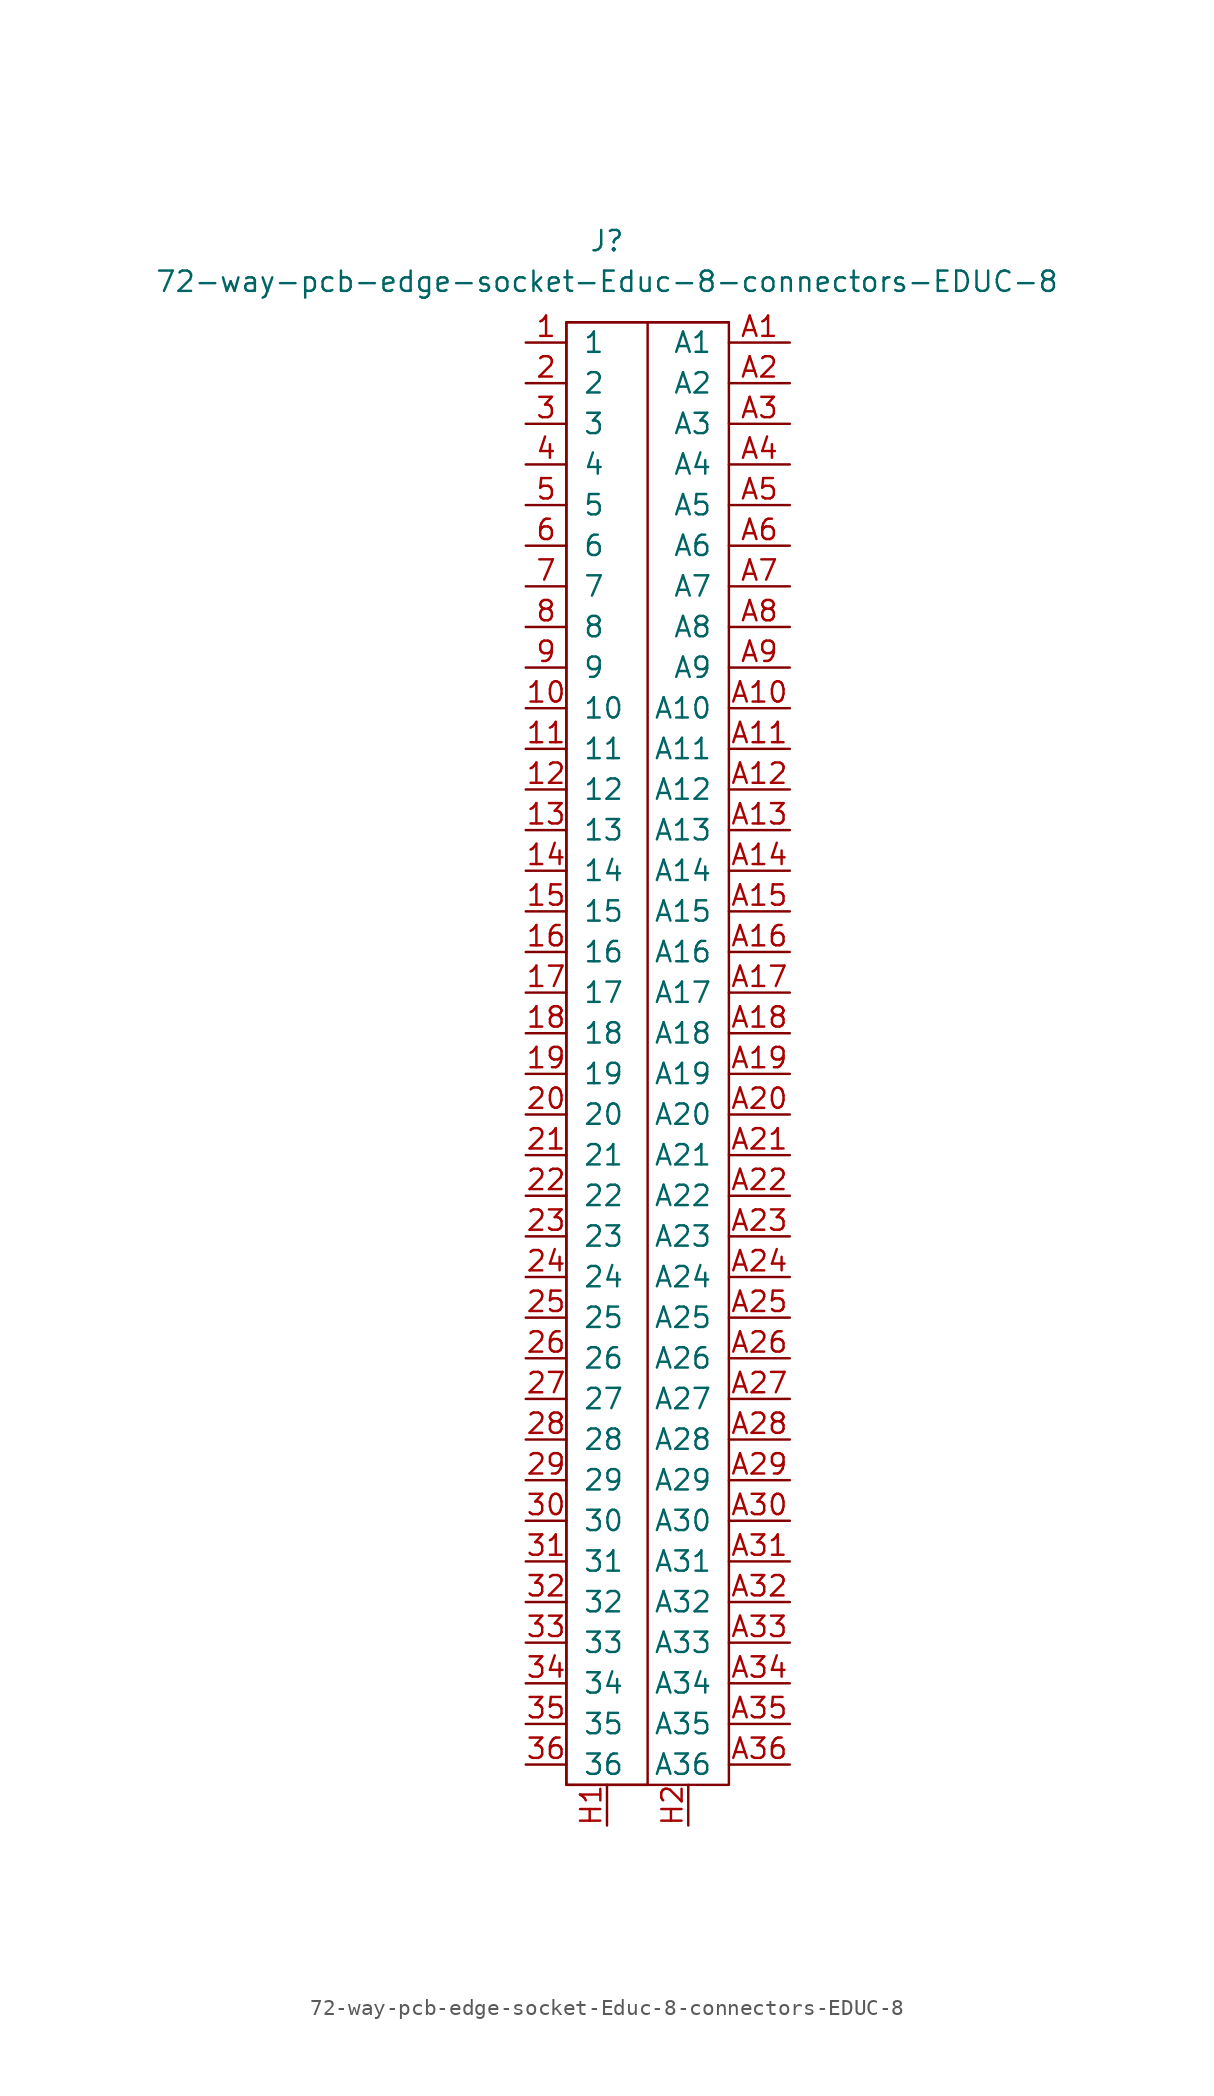
<source format=kicad_sym>
(kicad_symbol_lib
  (version 20211014)
  (generator kicad_symbol_editor)
  (symbol "72-way-pcb-edge-socket-Educ-8-connectors-EDUC-8"
    (pin_names
      (offset 1.016))
    (property "Reference" "J"
      (at 2.54 50.8 0)
      (effects (font (size 1.27 1.27))))
    (property "Value" "72-way-pcb-edge-socket-Educ-8-connectors-EDUC-8"
      (at 2.54 48.26 0)
      (effects (font (size 1.27 1.27))))
    (symbol "72-way-pcb-edge-socket-Educ-8-connectors-EDUC-8_0_1"
      (rectangle (start 0 45.72) (end 5.08 -45.72) (stroke (width 0) (type default) (color 0 0 0 0)) (fill (type none)))
      (rectangle (start 5.08 45.72) (end 10.16 45.72) (stroke (width 0) (type default) (color 0 0 0 0)) (fill (type none)))
      (rectangle (start 10.16 45.72) (end 0 -45.72) (stroke (width 0) (type default) (color 0 0 0 0)) (fill (type none))))
    (symbol "72-way-pcb-edge-socket-Educ-8-connectors-EDUC-8_1_1"
      (pin input line (at -2.54 44.45 0) (length 2.54) (name "1" (effects (font (size 1.27 1.27)))) (number "1" (effects (font (size 1.27 1.27)))))
      (pin input line (at -2.54 21.59 0) (length 2.54) (name "10" (effects (font (size 1.27 1.27)))) (number "10" (effects (font (size 1.27 1.27)))))
      (pin input line (at -2.54 19.05 0) (length 2.54) (name "11" (effects (font (size 1.27 1.27)))) (number "11" (effects (font (size 1.27 1.27)))))
      (pin input line (at -2.54 16.51 0) (length 2.54) (name "12" (effects (font (size 1.27 1.27)))) (number "12" (effects (font (size 1.27 1.27)))))
      (pin input line (at -2.54 13.97 0) (length 2.54) (name "13" (effects (font (size 1.27 1.27)))) (number "13" (effects (font (size 1.27 1.27)))))
      (pin input line (at -2.54 11.43 0) (length 2.54) (name "14" (effects (font (size 1.27 1.27)))) (number "14" (effects (font (size 1.27 1.27)))))
      (pin input line (at -2.54 8.89 0) (length 2.54) (name "15" (effects (font (size 1.27 1.27)))) (number "15" (effects (font (size 1.27 1.27)))))
      (pin input line (at -2.54 6.35 0) (length 2.54) (name "16" (effects (font (size 1.27 1.27)))) (number "16" (effects (font (size 1.27 1.27)))))
      (pin input line (at -2.54 3.81 0) (length 2.54) (name "17" (effects (font (size 1.27 1.27)))) (number "17" (effects (font (size 1.27 1.27)))))
      (pin input line (at -2.54 1.27 0) (length 2.54) (name "18" (effects (font (size 1.27 1.27)))) (number "18" (effects (font (size 1.27 1.27)))))
      (pin input line (at -2.54 -1.27 0) (length 2.54) (name "19" (effects (font (size 1.27 1.27)))) (number "19" (effects (font (size 1.27 1.27)))))
      (pin input line (at -2.54 41.91 0) (length 2.54) (name "2" (effects (font (size 1.27 1.27)))) (number "2" (effects (font (size 1.27 1.27)))))
      (pin input line (at -2.54 -3.81 0) (length 2.54) (name "20" (effects (font (size 1.27 1.27)))) (number "20" (effects (font (size 1.27 1.27)))))
      (pin input line (at -2.54 -6.35 0) (length 2.54) (name "21" (effects (font (size 1.27 1.27)))) (number "21" (effects (font (size 1.27 1.27)))))
      (pin input line (at -2.54 -8.89 0) (length 2.54) (name "22" (effects (font (size 1.27 1.27)))) (number "22" (effects (font (size 1.27 1.27)))))
      (pin input line (at -2.54 -11.43 0) (length 2.54) (name "23" (effects (font (size 1.27 1.27)))) (number "23" (effects (font (size 1.27 1.27)))))
      (pin input line (at -2.54 -13.97 0) (length 2.54) (name "24" (effects (font (size 1.27 1.27)))) (number "24" (effects (font (size 1.27 1.27)))))
      (pin input line (at -2.54 -16.51 0) (length 2.54) (name "25" (effects (font (size 1.27 1.27)))) (number "25" (effects (font (size 1.27 1.27)))))
      (pin input line (at -2.54 -19.05 0) (length 2.54) (name "26" (effects (font (size 1.27 1.27)))) (number "26" (effects (font (size 1.27 1.27)))))
      (pin input line (at -2.54 -21.59 0) (length 2.54) (name "27" (effects (font (size 1.27 1.27)))) (number "27" (effects (font (size 1.27 1.27)))))
      (pin input line (at -2.54 -24.13 0) (length 2.54) (name "28" (effects (font (size 1.27 1.27)))) (number "28" (effects (font (size 1.27 1.27)))))
      (pin input line (at -2.54 -26.67 0) (length 2.54) (name "29" (effects (font (size 1.27 1.27)))) (number "29" (effects (font (size 1.27 1.27)))))
      (pin input line (at -2.54 39.37 0) (length 2.54) (name "3" (effects (font (size 1.27 1.27)))) (number "3" (effects (font (size 1.27 1.27)))))
      (pin input line (at -2.54 -29.21 0) (length 2.54) (name "30" (effects (font (size 1.27 1.27)))) (number "30" (effects (font (size 1.27 1.27)))))
      (pin input line (at -2.54 -31.75 0) (length 2.54) (name "31" (effects (font (size 1.27 1.27)))) (number "31" (effects (font (size 1.27 1.27)))))
      (pin input line (at -2.54 -34.29 0) (length 2.54) (name "32" (effects (font (size 1.27 1.27)))) (number "32" (effects (font (size 1.27 1.27)))))
      (pin input line (at -2.54 -36.83 0) (length 2.54) (name "33" (effects (font (size 1.27 1.27)))) (number "33" (effects (font (size 1.27 1.27)))))
      (pin input line (at -2.54 -39.37 0) (length 2.54) (name "34" (effects (font (size 1.27 1.27)))) (number "34" (effects (font (size 1.27 1.27)))))
      (pin input line (at -2.54 -41.91 0) (length 2.54) (name "35" (effects (font (size 1.27 1.27)))) (number "35" (effects (font (size 1.27 1.27)))))
      (pin input line (at -2.54 -44.45 0) (length 2.54) (name "36" (effects (font (size 1.27 1.27)))) (number "36" (effects (font (size 1.27 1.27)))))
      (pin input line (at -2.54 36.83 0) (length 2.54) (name "4" (effects (font (size 1.27 1.27)))) (number "4" (effects (font (size 1.27 1.27)))))
      (pin input line (at -2.54 34.29 0) (length 2.54) (name "5" (effects (font (size 1.27 1.27)))) (number "5" (effects (font (size 1.27 1.27)))))
      (pin input line (at -2.54 31.75 0) (length 2.54) (name "6" (effects (font (size 1.27 1.27)))) (number "6" (effects (font (size 1.27 1.27)))))
      (pin input line (at -2.54 29.21 0) (length 2.54) (name "7" (effects (font (size 1.27 1.27)))) (number "7" (effects (font (size 1.27 1.27)))))
      (pin input line (at -2.54 26.67 0) (length 2.54) (name "8" (effects (font (size 1.27 1.27)))) (number "8" (effects (font (size 1.27 1.27)))))
      (pin input line (at -2.54 24.13 0) (length 2.54) (name "9" (effects (font (size 1.27 1.27)))) (number "9" (effects (font (size 1.27 1.27)))))
      (pin input line (at 13.97 44.45 180) (length 3.81) (name "A1" (effects (font (size 1.27 1.27)))) (number "A1" (effects (font (size 1.27 1.27)))))
      (pin input line (at 13.97 21.59 180) (length 3.81) (name "A10" (effects (font (size 1.27 1.27)))) (number "A10" (effects (font (size 1.27 1.27)))))
      (pin input line (at 13.97 19.05 180) (length 3.81) (name "A11" (effects (font (size 1.27 1.27)))) (number "A11" (effects (font (size 1.27 1.27)))))
      (pin input line (at 13.97 16.51 180) (length 3.81) (name "A12" (effects (font (size 1.27 1.27)))) (number "A12" (effects (font (size 1.27 1.27)))))
      (pin input line (at 13.97 13.97 180) (length 3.81) (name "A13" (effects (font (size 1.27 1.27)))) (number "A13" (effects (font (size 1.27 1.27)))))
      (pin input line (at 13.97 11.43 180) (length 3.81) (name "A14" (effects (font (size 1.27 1.27)))) (number "A14" (effects (font (size 1.27 1.27)))))
      (pin input line (at 13.97 8.89 180) (length 3.81) (name "A15" (effects (font (size 1.27 1.27)))) (number "A15" (effects (font (size 1.27 1.27)))))
      (pin input line (at 13.97 6.35 180) (length 3.81) (name "A16" (effects (font (size 1.27 1.27)))) (number "A16" (effects (font (size 1.27 1.27)))))
      (pin input line (at 13.97 3.81 180) (length 3.81) (name "A17" (effects (font (size 1.27 1.27)))) (number "A17" (effects (font (size 1.27 1.27)))))
      (pin input line (at 13.97 1.27 180) (length 3.81) (name "A18" (effects (font (size 1.27 1.27)))) (number "A18" (effects (font (size 1.27 1.27)))))
      (pin input line (at 13.97 -1.27 180) (length 3.81) (name "A19" (effects (font (size 1.27 1.27)))) (number "A19" (effects (font (size 1.27 1.27)))))
      (pin input line (at 13.97 41.91 180) (length 3.81) (name "A2" (effects (font (size 1.27 1.27)))) (number "A2" (effects (font (size 1.27 1.27)))))
      (pin input line (at 13.97 -3.81 180) (length 3.81) (name "A20" (effects (font (size 1.27 1.27)))) (number "A20" (effects (font (size 1.27 1.27)))))
      (pin input line (at 13.97 -6.35 180) (length 3.81) (name "A21" (effects (font (size 1.27 1.27)))) (number "A21" (effects (font (size 1.27 1.27)))))
      (pin input line (at 13.97 -8.89 180) (length 3.81) (name "A22" (effects (font (size 1.27 1.27)))) (number "A22" (effects (font (size 1.27 1.27)))))
      (pin input line (at 13.97 -11.43 180) (length 3.81) (name "A23" (effects (font (size 1.27 1.27)))) (number "A23" (effects (font (size 1.27 1.27)))))
      (pin input line (at 13.97 -13.97 180) (length 3.81) (name "A24" (effects (font (size 1.27 1.27)))) (number "A24" (effects (font (size 1.27 1.27)))))
      (pin input line (at 13.97 -16.51 180) (length 3.81) (name "A25" (effects (font (size 1.27 1.27)))) (number "A25" (effects (font (size 1.27 1.27)))))
      (pin input line (at 13.97 -19.05 180) (length 3.81) (name "A26" (effects (font (size 1.27 1.27)))) (number "A26" (effects (font (size 1.27 1.27)))))
      (pin input line (at 13.97 -21.59 180) (length 3.81) (name "A27" (effects (font (size 1.27 1.27)))) (number "A27" (effects (font (size 1.27 1.27)))))
      (pin input line (at 13.97 -24.13 180) (length 3.81) (name "A28" (effects (font (size 1.27 1.27)))) (number "A28" (effects (font (size 1.27 1.27)))))
      (pin input line (at 13.97 -26.67 180) (length 3.81) (name "A29" (effects (font (size 1.27 1.27)))) (number "A29" (effects (font (size 1.27 1.27)))))
      (pin input line (at 13.97 39.37 180) (length 3.81) (name "A3" (effects (font (size 1.27 1.27)))) (number "A3" (effects (font (size 1.27 1.27)))))
      (pin input line (at 13.97 -29.21 180) (length 3.81) (name "A30" (effects (font (size 1.27 1.27)))) (number "A30" (effects (font (size 1.27 1.27)))))
      (pin input line (at 13.97 -31.75 180) (length 3.81) (name "A31" (effects (font (size 1.27 1.27)))) (number "A31" (effects (font (size 1.27 1.27)))))
      (pin input line (at 13.97 -34.29 180) (length 3.81) (name "A32" (effects (font (size 1.27 1.27)))) (number "A32" (effects (font (size 1.27 1.27)))))
      (pin input line (at 13.97 -36.83 180) (length 3.81) (name "A33" (effects (font (size 1.27 1.27)))) (number "A33" (effects (font (size 1.27 1.27)))))
      (pin input line (at 13.97 -39.37 180) (length 3.81) (name "A34" (effects (font (size 1.27 1.27)))) (number "A34" (effects (font (size 1.27 1.27)))))
      (pin input line (at 13.97 -41.91 180) (length 3.81) (name "A35" (effects (font (size 1.27 1.27)))) (number "A35" (effects (font (size 1.27 1.27)))))
      (pin input line (at 13.97 -44.45 180) (length 3.81) (name "A36" (effects (font (size 1.27 1.27)))) (number "A36" (effects (font (size 1.27 1.27)))))
      (pin input line (at 13.97 36.83 180) (length 3.81) (name "A4" (effects (font (size 1.27 1.27)))) (number "A4" (effects (font (size 1.27 1.27)))))
      (pin input line (at 13.97 34.29 180) (length 3.81) (name "A5" (effects (font (size 1.27 1.27)))) (number "A5" (effects (font (size 1.27 1.27)))))
      (pin input line (at 13.97 31.75 180) (length 3.81) (name "A6" (effects (font (size 1.27 1.27)))) (number "A6" (effects (font (size 1.27 1.27)))))
      (pin input line (at 13.97 29.21 180) (length 3.81) (name "A7" (effects (font (size 1.27 1.27)))) (number "A7" (effects (font (size 1.27 1.27)))))
      (pin input line (at 13.97 26.67 180) (length 3.81) (name "A8" (effects (font (size 1.27 1.27)))) (number "A8" (effects (font (size 1.27 1.27)))))
      (pin input line (at 13.97 24.13 180) (length 3.81) (name "A9" (effects (font (size 1.27 1.27)))) (number "A9" (effects (font (size 1.27 1.27)))))
      (pin passive line (at 2.54 -48.26 90) (length 2.54) (name "~" (effects (font (size 1.27 1.27)))) (number "H1" (effects (font (size 1.27 1.27)))))
      (pin passive line (at 7.62 -48.26 90) (length 2.54) (name "~" (effects (font (size 1.27 1.27)))) (number "H2" (effects (font (size 1.27 1.27))))))))
</source>
